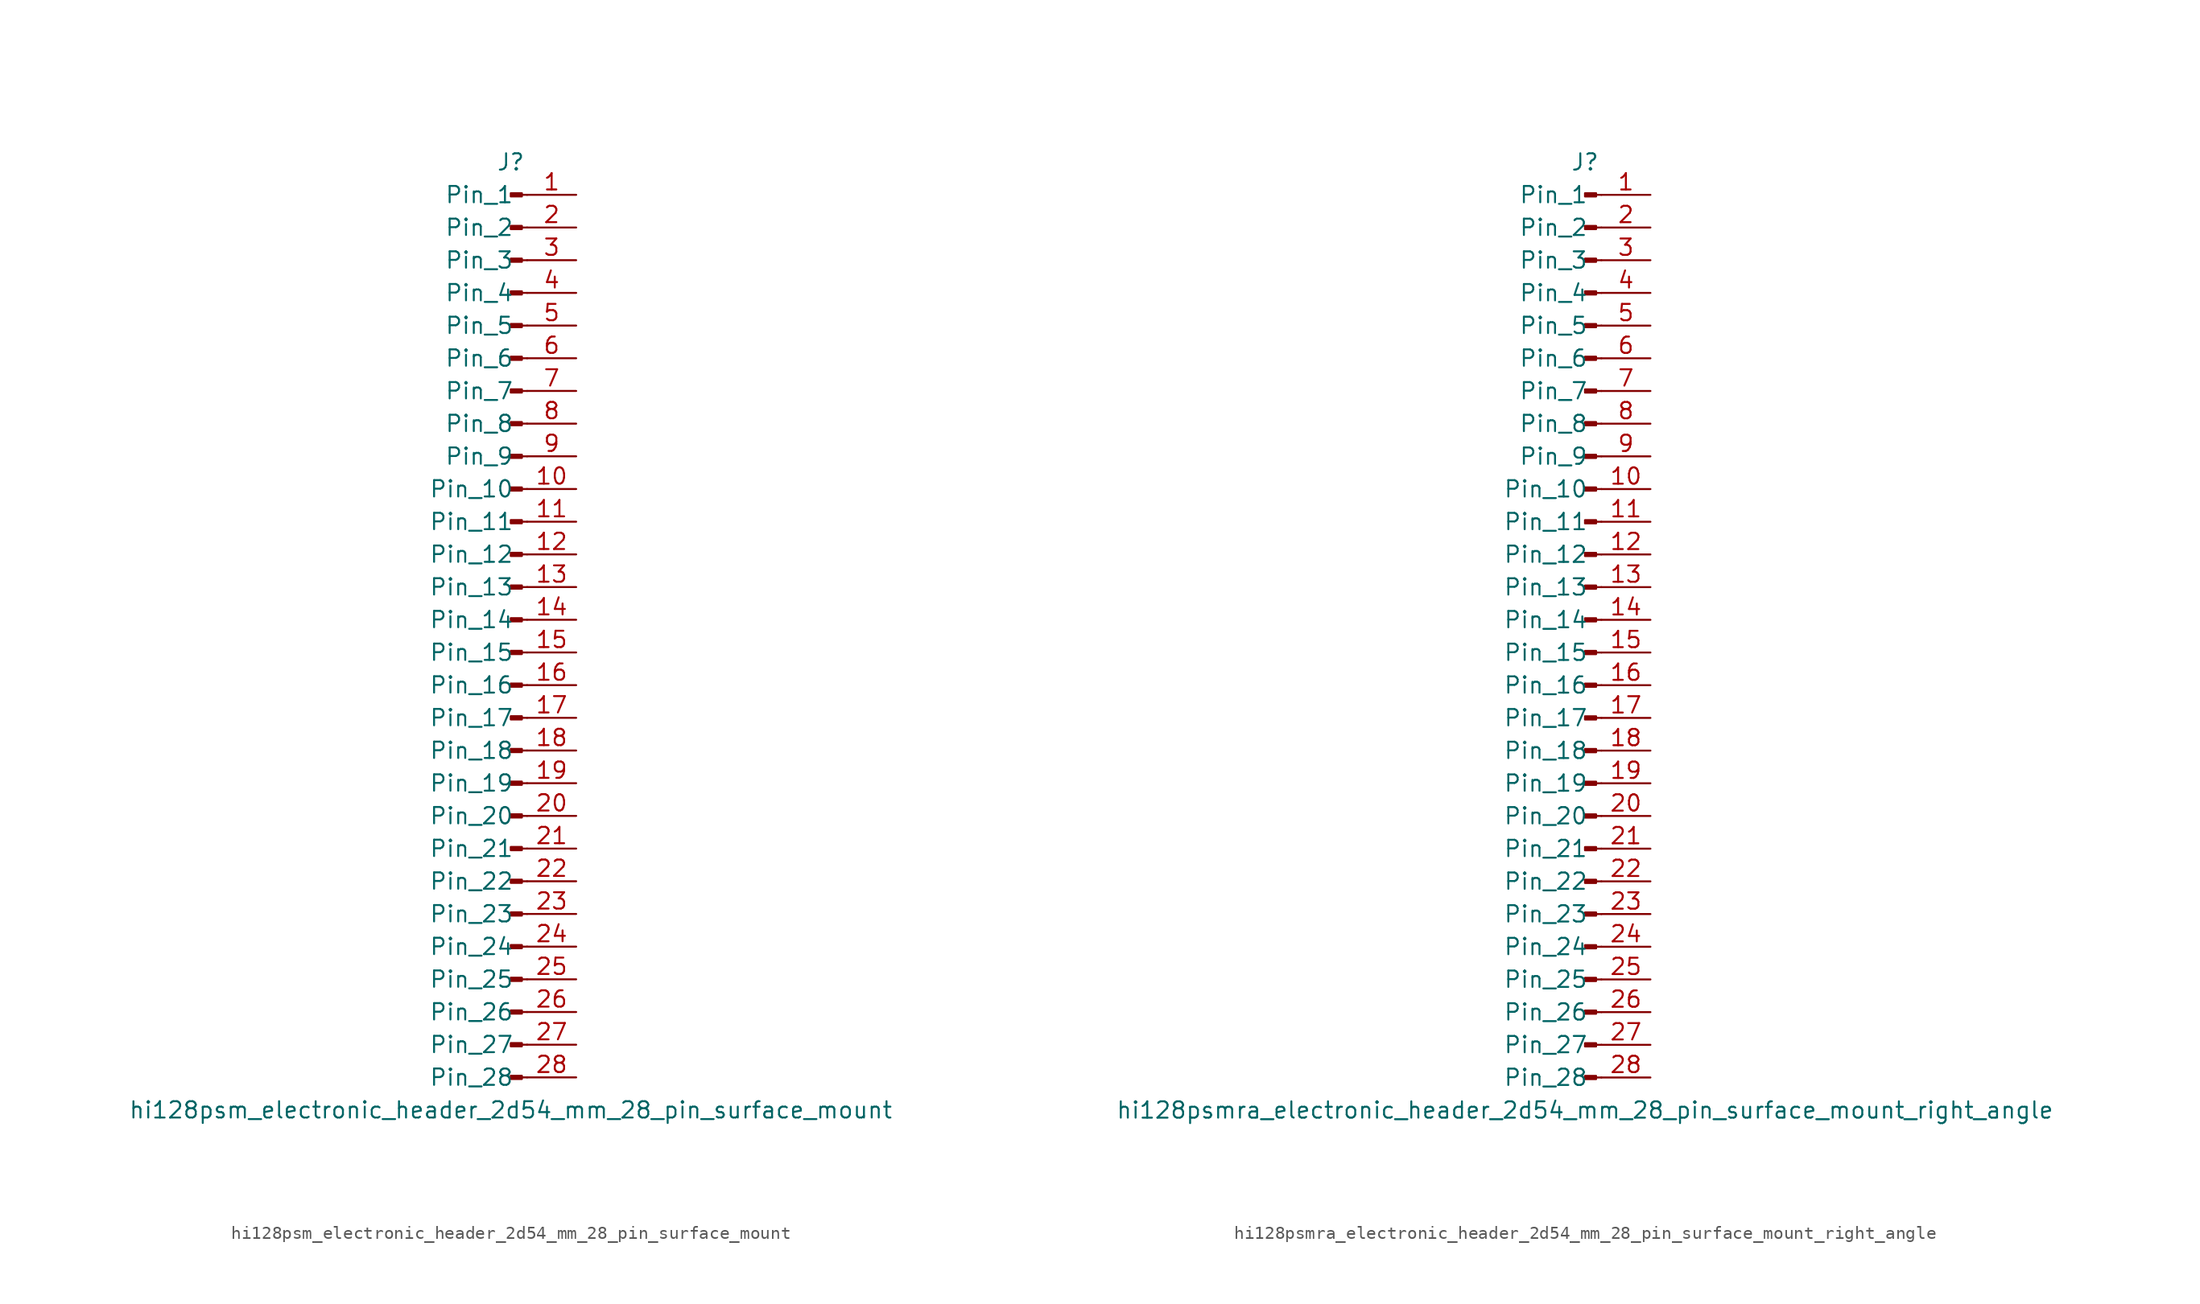
<source format=kicad_sym>
(kicad_symbol_lib
  (version 20220914)
  (generator kicad_symbol_editor)
  (symbol "hi128psm_electronic_header_2d54_mm_28_pin_surface_mount"
    (pin_names
      (offset 1.016))
    (property "Reference" "J"
      (at 0 35.56 0)
      (effects (font (size 1.27 1.27))))
    (property "Value" "hi128psm_electronic_header_2d54_mm_28_pin_surface_mount"
      (at 0 -38.1 0)
      (effects (font (size 1.27 1.27))))
    (property "ki_locked" ""
      (at 0 0 0)
      (effects (font (size 1.27 1.27))))
    (symbol "hi128psm_electronic_header_2d54_mm_28_pin_surface_mount_1_1"
      (polyline (pts (xy 1.27 -35.56) (xy 0.864 -35.56)) (stroke (width 0.152) (type default)) (fill (type none)))
      (polyline (pts (xy 1.27 -33.02) (xy 0.864 -33.02)) (stroke (width 0.152) (type default)) (fill (type none)))
      (polyline (pts (xy 1.27 -30.48) (xy 0.864 -30.48)) (stroke (width 0.152) (type default)) (fill (type none)))
      (polyline (pts (xy 1.27 -27.94) (xy 0.864 -27.94)) (stroke (width 0.152) (type default)) (fill (type none)))
      (polyline (pts (xy 1.27 -25.4) (xy 0.864 -25.4)) (stroke (width 0.152) (type default)) (fill (type none)))
      (polyline (pts (xy 1.27 -22.86) (xy 0.864 -22.86)) (stroke (width 0.152) (type default)) (fill (type none)))
      (polyline (pts (xy 1.27 -20.32) (xy 0.864 -20.32)) (stroke (width 0.152) (type default)) (fill (type none)))
      (polyline (pts (xy 1.27 -17.78) (xy 0.864 -17.78)) (stroke (width 0.152) (type default)) (fill (type none)))
      (polyline (pts (xy 1.27 -15.24) (xy 0.864 -15.24)) (stroke (width 0.152) (type default)) (fill (type none)))
      (polyline (pts (xy 1.27 -12.7) (xy 0.864 -12.7)) (stroke (width 0.152) (type default)) (fill (type none)))
      (polyline (pts (xy 1.27 -10.16) (xy 0.864 -10.16)) (stroke (width 0.152) (type default)) (fill (type none)))
      (polyline (pts (xy 1.27 -7.62) (xy 0.864 -7.62)) (stroke (width 0.152) (type default)) (fill (type none)))
      (polyline (pts (xy 1.27 -5.08) (xy 0.864 -5.08)) (stroke (width 0.152) (type default)) (fill (type none)))
      (polyline (pts (xy 1.27 -2.54) (xy 0.864 -2.54)) (stroke (width 0.152) (type default)) (fill (type none)))
      (polyline (pts (xy 1.27 0) (xy 0.864 0)) (stroke (width 0.152) (type default)) (fill (type none)))
      (polyline (pts (xy 1.27 2.54) (xy 0.864 2.54)) (stroke (width 0.152) (type default)) (fill (type none)))
      (polyline (pts (xy 1.27 5.08) (xy 0.864 5.08)) (stroke (width 0.152) (type default)) (fill (type none)))
      (polyline (pts (xy 1.27 7.62) (xy 0.864 7.62)) (stroke (width 0.152) (type default)) (fill (type none)))
      (polyline (pts (xy 1.27 10.16) (xy 0.864 10.16)) (stroke (width 0.152) (type default)) (fill (type none)))
      (polyline (pts (xy 1.27 12.7) (xy 0.864 12.7)) (stroke (width 0.152) (type default)) (fill (type none)))
      (polyline (pts (xy 1.27 15.24) (xy 0.864 15.24)) (stroke (width 0.152) (type default)) (fill (type none)))
      (polyline (pts (xy 1.27 17.78) (xy 0.864 17.78)) (stroke (width 0.152) (type default)) (fill (type none)))
      (polyline (pts (xy 1.27 20.32) (xy 0.864 20.32)) (stroke (width 0.152) (type default)) (fill (type none)))
      (polyline (pts (xy 1.27 22.86) (xy 0.864 22.86)) (stroke (width 0.152) (type default)) (fill (type none)))
      (polyline (pts (xy 1.27 25.4) (xy 0.864 25.4)) (stroke (width 0.152) (type default)) (fill (type none)))
      (polyline (pts (xy 1.27 27.94) (xy 0.864 27.94)) (stroke (width 0.152) (type default)) (fill (type none)))
      (polyline (pts (xy 1.27 30.48) (xy 0.864 30.48)) (stroke (width 0.152) (type default)) (fill (type none)))
      (polyline (pts (xy 1.27 33.02) (xy 0.864 33.02)) (stroke (width 0.152) (type default)) (fill (type none)))
      (rectangle (start 0.864 -35.433) (end 0 -35.687) (stroke (width 0.152) (type default)) (fill (type outline)))
      (rectangle (start 0.864 -32.893) (end 0 -33.147) (stroke (width 0.152) (type default)) (fill (type outline)))
      (rectangle (start 0.864 -30.353) (end 0 -30.607) (stroke (width 0.152) (type default)) (fill (type outline)))
      (rectangle (start 0.864 -27.813) (end 0 -28.067) (stroke (width 0.152) (type default)) (fill (type outline)))
      (rectangle (start 0.864 -25.273) (end 0 -25.527) (stroke (width 0.152) (type default)) (fill (type outline)))
      (rectangle (start 0.864 -22.733) (end 0 -22.987) (stroke (width 0.152) (type default)) (fill (type outline)))
      (rectangle (start 0.864 -20.193) (end 0 -20.447) (stroke (width 0.152) (type default)) (fill (type outline)))
      (rectangle (start 0.864 -17.653) (end 0 -17.907) (stroke (width 0.152) (type default)) (fill (type outline)))
      (rectangle (start 0.864 -15.113) (end 0 -15.367) (stroke (width 0.152) (type default)) (fill (type outline)))
      (rectangle (start 0.864 -12.573) (end 0 -12.827) (stroke (width 0.152) (type default)) (fill (type outline)))
      (rectangle (start 0.864 -10.033) (end 0 -10.287) (stroke (width 0.152) (type default)) (fill (type outline)))
      (rectangle (start 0.864 -7.493) (end 0 -7.747) (stroke (width 0.152) (type default)) (fill (type outline)))
      (rectangle (start 0.864 -4.953) (end 0 -5.207) (stroke (width 0.152) (type default)) (fill (type outline)))
      (rectangle (start 0.864 -2.413) (end 0 -2.667) (stroke (width 0.152) (type default)) (fill (type outline)))
      (rectangle (start 0.864 0.127) (end 0 -0.127) (stroke (width 0.152) (type default)) (fill (type outline)))
      (rectangle (start 0.864 2.667) (end 0 2.413) (stroke (width 0.152) (type default)) (fill (type outline)))
      (rectangle (start 0.864 5.207) (end 0 4.953) (stroke (width 0.152) (type default)) (fill (type outline)))
      (rectangle (start 0.864 7.747) (end 0 7.493) (stroke (width 0.152) (type default)) (fill (type outline)))
      (rectangle (start 0.864 10.287) (end 0 10.033) (stroke (width 0.152) (type default)) (fill (type outline)))
      (rectangle (start 0.864 12.827) (end 0 12.573) (stroke (width 0.152) (type default)) (fill (type outline)))
      (rectangle (start 0.864 15.367) (end 0 15.113) (stroke (width 0.152) (type default)) (fill (type outline)))
      (rectangle (start 0.864 17.907) (end 0 17.653) (stroke (width 0.152) (type default)) (fill (type outline)))
      (rectangle (start 0.864 20.447) (end 0 20.193) (stroke (width 0.152) (type default)) (fill (type outline)))
      (rectangle (start 0.864 22.987) (end 0 22.733) (stroke (width 0.152) (type default)) (fill (type outline)))
      (rectangle (start 0.864 25.527) (end 0 25.273) (stroke (width 0.152) (type default)) (fill (type outline)))
      (rectangle (start 0.864 28.067) (end 0 27.813) (stroke (width 0.152) (type default)) (fill (type outline)))
      (rectangle (start 0.864 30.607) (end 0 30.353) (stroke (width 0.152) (type default)) (fill (type outline)))
      (rectangle (start 0.864 33.147) (end 0 32.893) (stroke (width 0.152) (type default)) (fill (type outline)))
      (pin passive line (at 5.08 33.02 180) (length 3.81) (name "Pin_1" (effects (font (size 1.27 1.27)))) (number "1" (effects (font (size 1.27 1.27)))))
      (pin passive line (at 5.08 10.16 180) (length 3.81) (name "Pin_10" (effects (font (size 1.27 1.27)))) (number "10" (effects (font (size 1.27 1.27)))))
      (pin passive line (at 5.08 7.62 180) (length 3.81) (name "Pin_11" (effects (font (size 1.27 1.27)))) (number "11" (effects (font (size 1.27 1.27)))))
      (pin passive line (at 5.08 5.08 180) (length 3.81) (name "Pin_12" (effects (font (size 1.27 1.27)))) (number "12" (effects (font (size 1.27 1.27)))))
      (pin passive line (at 5.08 2.54 180) (length 3.81) (name "Pin_13" (effects (font (size 1.27 1.27)))) (number "13" (effects (font (size 1.27 1.27)))))
      (pin passive line (at 5.08 0 180) (length 3.81) (name "Pin_14" (effects (font (size 1.27 1.27)))) (number "14" (effects (font (size 1.27 1.27)))))
      (pin passive line (at 5.08 -2.54 180) (length 3.81) (name "Pin_15" (effects (font (size 1.27 1.27)))) (number "15" (effects (font (size 1.27 1.27)))))
      (pin passive line (at 5.08 -5.08 180) (length 3.81) (name "Pin_16" (effects (font (size 1.27 1.27)))) (number "16" (effects (font (size 1.27 1.27)))))
      (pin passive line (at 5.08 -7.62 180) (length 3.81) (name "Pin_17" (effects (font (size 1.27 1.27)))) (number "17" (effects (font (size 1.27 1.27)))))
      (pin passive line (at 5.08 -10.16 180) (length 3.81) (name "Pin_18" (effects (font (size 1.27 1.27)))) (number "18" (effects (font (size 1.27 1.27)))))
      (pin passive line (at 5.08 -12.7 180) (length 3.81) (name "Pin_19" (effects (font (size 1.27 1.27)))) (number "19" (effects (font (size 1.27 1.27)))))
      (pin passive line (at 5.08 30.48 180) (length 3.81) (name "Pin_2" (effects (font (size 1.27 1.27)))) (number "2" (effects (font (size 1.27 1.27)))))
      (pin passive line (at 5.08 -15.24 180) (length 3.81) (name "Pin_20" (effects (font (size 1.27 1.27)))) (number "20" (effects (font (size 1.27 1.27)))))
      (pin passive line (at 5.08 -17.78 180) (length 3.81) (name "Pin_21" (effects (font (size 1.27 1.27)))) (number "21" (effects (font (size 1.27 1.27)))))
      (pin passive line (at 5.08 -20.32 180) (length 3.81) (name "Pin_22" (effects (font (size 1.27 1.27)))) (number "22" (effects (font (size 1.27 1.27)))))
      (pin passive line (at 5.08 -22.86 180) (length 3.81) (name "Pin_23" (effects (font (size 1.27 1.27)))) (number "23" (effects (font (size 1.27 1.27)))))
      (pin passive line (at 5.08 -25.4 180) (length 3.81) (name "Pin_24" (effects (font (size 1.27 1.27)))) (number "24" (effects (font (size 1.27 1.27)))))
      (pin passive line (at 5.08 -27.94 180) (length 3.81) (name "Pin_25" (effects (font (size 1.27 1.27)))) (number "25" (effects (font (size 1.27 1.27)))))
      (pin passive line (at 5.08 -30.48 180) (length 3.81) (name "Pin_26" (effects (font (size 1.27 1.27)))) (number "26" (effects (font (size 1.27 1.27)))))
      (pin passive line (at 5.08 -33.02 180) (length 3.81) (name "Pin_27" (effects (font (size 1.27 1.27)))) (number "27" (effects (font (size 1.27 1.27)))))
      (pin passive line (at 5.08 -35.56 180) (length 3.81) (name "Pin_28" (effects (font (size 1.27 1.27)))) (number "28" (effects (font (size 1.27 1.27)))))
      (pin passive line (at 5.08 27.94 180) (length 3.81) (name "Pin_3" (effects (font (size 1.27 1.27)))) (number "3" (effects (font (size 1.27 1.27)))))
      (pin passive line (at 5.08 25.4 180) (length 3.81) (name "Pin_4" (effects (font (size 1.27 1.27)))) (number "4" (effects (font (size 1.27 1.27)))))
      (pin passive line (at 5.08 22.86 180) (length 3.81) (name "Pin_5" (effects (font (size 1.27 1.27)))) (number "5" (effects (font (size 1.27 1.27)))))
      (pin passive line (at 5.08 20.32 180) (length 3.81) (name "Pin_6" (effects (font (size 1.27 1.27)))) (number "6" (effects (font (size 1.27 1.27)))))
      (pin passive line (at 5.08 17.78 180) (length 3.81) (name "Pin_7" (effects (font (size 1.27 1.27)))) (number "7" (effects (font (size 1.27 1.27)))))
      (pin passive line (at 5.08 15.24 180) (length 3.81) (name "Pin_8" (effects (font (size 1.27 1.27)))) (number "8" (effects (font (size 1.27 1.27)))))
      (pin passive line (at 5.08 12.7 180) (length 3.81) (name "Pin_9" (effects (font (size 1.27 1.27)))) (number "9" (effects (font (size 1.27 1.27)))))))
  (symbol "hi128psmra_electronic_header_2d54_mm_28_pin_surface_mount_right_angle"
    (pin_names
      (offset 1.016))
    (property "Reference" "J"
      (at 0 35.56 0)
      (effects (font (size 1.27 1.27))))
    (property "Value" "hi128psmra_electronic_header_2d54_mm_28_pin_surface_mount_right_angle"
      (at 0 -38.1 0)
      (effects (font (size 1.27 1.27))))
    (property "ki_locked" ""
      (at 0 0 0)
      (effects (font (size 1.27 1.27))))
    (symbol "hi128psmra_electronic_header_2d54_mm_28_pin_surface_mount_right_angle_1_1"
      (polyline (pts (xy 1.27 -35.56) (xy 0.864 -35.56)) (stroke (width 0.152) (type default)) (fill (type none)))
      (polyline (pts (xy 1.27 -33.02) (xy 0.864 -33.02)) (stroke (width 0.152) (type default)) (fill (type none)))
      (polyline (pts (xy 1.27 -30.48) (xy 0.864 -30.48)) (stroke (width 0.152) (type default)) (fill (type none)))
      (polyline (pts (xy 1.27 -27.94) (xy 0.864 -27.94)) (stroke (width 0.152) (type default)) (fill (type none)))
      (polyline (pts (xy 1.27 -25.4) (xy 0.864 -25.4)) (stroke (width 0.152) (type default)) (fill (type none)))
      (polyline (pts (xy 1.27 -22.86) (xy 0.864 -22.86)) (stroke (width 0.152) (type default)) (fill (type none)))
      (polyline (pts (xy 1.27 -20.32) (xy 0.864 -20.32)) (stroke (width 0.152) (type default)) (fill (type none)))
      (polyline (pts (xy 1.27 -17.78) (xy 0.864 -17.78)) (stroke (width 0.152) (type default)) (fill (type none)))
      (polyline (pts (xy 1.27 -15.24) (xy 0.864 -15.24)) (stroke (width 0.152) (type default)) (fill (type none)))
      (polyline (pts (xy 1.27 -12.7) (xy 0.864 -12.7)) (stroke (width 0.152) (type default)) (fill (type none)))
      (polyline (pts (xy 1.27 -10.16) (xy 0.864 -10.16)) (stroke (width 0.152) (type default)) (fill (type none)))
      (polyline (pts (xy 1.27 -7.62) (xy 0.864 -7.62)) (stroke (width 0.152) (type default)) (fill (type none)))
      (polyline (pts (xy 1.27 -5.08) (xy 0.864 -5.08)) (stroke (width 0.152) (type default)) (fill (type none)))
      (polyline (pts (xy 1.27 -2.54) (xy 0.864 -2.54)) (stroke (width 0.152) (type default)) (fill (type none)))
      (polyline (pts (xy 1.27 0) (xy 0.864 0)) (stroke (width 0.152) (type default)) (fill (type none)))
      (polyline (pts (xy 1.27 2.54) (xy 0.864 2.54)) (stroke (width 0.152) (type default)) (fill (type none)))
      (polyline (pts (xy 1.27 5.08) (xy 0.864 5.08)) (stroke (width 0.152) (type default)) (fill (type none)))
      (polyline (pts (xy 1.27 7.62) (xy 0.864 7.62)) (stroke (width 0.152) (type default)) (fill (type none)))
      (polyline (pts (xy 1.27 10.16) (xy 0.864 10.16)) (stroke (width 0.152) (type default)) (fill (type none)))
      (polyline (pts (xy 1.27 12.7) (xy 0.864 12.7)) (stroke (width 0.152) (type default)) (fill (type none)))
      (polyline (pts (xy 1.27 15.24) (xy 0.864 15.24)) (stroke (width 0.152) (type default)) (fill (type none)))
      (polyline (pts (xy 1.27 17.78) (xy 0.864 17.78)) (stroke (width 0.152) (type default)) (fill (type none)))
      (polyline (pts (xy 1.27 20.32) (xy 0.864 20.32)) (stroke (width 0.152) (type default)) (fill (type none)))
      (polyline (pts (xy 1.27 22.86) (xy 0.864 22.86)) (stroke (width 0.152) (type default)) (fill (type none)))
      (polyline (pts (xy 1.27 25.4) (xy 0.864 25.4)) (stroke (width 0.152) (type default)) (fill (type none)))
      (polyline (pts (xy 1.27 27.94) (xy 0.864 27.94)) (stroke (width 0.152) (type default)) (fill (type none)))
      (polyline (pts (xy 1.27 30.48) (xy 0.864 30.48)) (stroke (width 0.152) (type default)) (fill (type none)))
      (polyline (pts (xy 1.27 33.02) (xy 0.864 33.02)) (stroke (width 0.152) (type default)) (fill (type none)))
      (rectangle (start 0.864 -35.433) (end 0 -35.687) (stroke (width 0.152) (type default)) (fill (type outline)))
      (rectangle (start 0.864 -32.893) (end 0 -33.147) (stroke (width 0.152) (type default)) (fill (type outline)))
      (rectangle (start 0.864 -30.353) (end 0 -30.607) (stroke (width 0.152) (type default)) (fill (type outline)))
      (rectangle (start 0.864 -27.813) (end 0 -28.067) (stroke (width 0.152) (type default)) (fill (type outline)))
      (rectangle (start 0.864 -25.273) (end 0 -25.527) (stroke (width 0.152) (type default)) (fill (type outline)))
      (rectangle (start 0.864 -22.733) (end 0 -22.987) (stroke (width 0.152) (type default)) (fill (type outline)))
      (rectangle (start 0.864 -20.193) (end 0 -20.447) (stroke (width 0.152) (type default)) (fill (type outline)))
      (rectangle (start 0.864 -17.653) (end 0 -17.907) (stroke (width 0.152) (type default)) (fill (type outline)))
      (rectangle (start 0.864 -15.113) (end 0 -15.367) (stroke (width 0.152) (type default)) (fill (type outline)))
      (rectangle (start 0.864 -12.573) (end 0 -12.827) (stroke (width 0.152) (type default)) (fill (type outline)))
      (rectangle (start 0.864 -10.033) (end 0 -10.287) (stroke (width 0.152) (type default)) (fill (type outline)))
      (rectangle (start 0.864 -7.493) (end 0 -7.747) (stroke (width 0.152) (type default)) (fill (type outline)))
      (rectangle (start 0.864 -4.953) (end 0 -5.207) (stroke (width 0.152) (type default)) (fill (type outline)))
      (rectangle (start 0.864 -2.413) (end 0 -2.667) (stroke (width 0.152) (type default)) (fill (type outline)))
      (rectangle (start 0.864 0.127) (end 0 -0.127) (stroke (width 0.152) (type default)) (fill (type outline)))
      (rectangle (start 0.864 2.667) (end 0 2.413) (stroke (width 0.152) (type default)) (fill (type outline)))
      (rectangle (start 0.864 5.207) (end 0 4.953) (stroke (width 0.152) (type default)) (fill (type outline)))
      (rectangle (start 0.864 7.747) (end 0 7.493) (stroke (width 0.152) (type default)) (fill (type outline)))
      (rectangle (start 0.864 10.287) (end 0 10.033) (stroke (width 0.152) (type default)) (fill (type outline)))
      (rectangle (start 0.864 12.827) (end 0 12.573) (stroke (width 0.152) (type default)) (fill (type outline)))
      (rectangle (start 0.864 15.367) (end 0 15.113) (stroke (width 0.152) (type default)) (fill (type outline)))
      (rectangle (start 0.864 17.907) (end 0 17.653) (stroke (width 0.152) (type default)) (fill (type outline)))
      (rectangle (start 0.864 20.447) (end 0 20.193) (stroke (width 0.152) (type default)) (fill (type outline)))
      (rectangle (start 0.864 22.987) (end 0 22.733) (stroke (width 0.152) (type default)) (fill (type outline)))
      (rectangle (start 0.864 25.527) (end 0 25.273) (stroke (width 0.152) (type default)) (fill (type outline)))
      (rectangle (start 0.864 28.067) (end 0 27.813) (stroke (width 0.152) (type default)) (fill (type outline)))
      (rectangle (start 0.864 30.607) (end 0 30.353) (stroke (width 0.152) (type default)) (fill (type outline)))
      (rectangle (start 0.864 33.147) (end 0 32.893) (stroke (width 0.152) (type default)) (fill (type outline)))
      (pin passive line (at 5.08 33.02 180) (length 3.81) (name "Pin_1" (effects (font (size 1.27 1.27)))) (number "1" (effects (font (size 1.27 1.27)))))
      (pin passive line (at 5.08 10.16 180) (length 3.81) (name "Pin_10" (effects (font (size 1.27 1.27)))) (number "10" (effects (font (size 1.27 1.27)))))
      (pin passive line (at 5.08 7.62 180) (length 3.81) (name "Pin_11" (effects (font (size 1.27 1.27)))) (number "11" (effects (font (size 1.27 1.27)))))
      (pin passive line (at 5.08 5.08 180) (length 3.81) (name "Pin_12" (effects (font (size 1.27 1.27)))) (number "12" (effects (font (size 1.27 1.27)))))
      (pin passive line (at 5.08 2.54 180) (length 3.81) (name "Pin_13" (effects (font (size 1.27 1.27)))) (number "13" (effects (font (size 1.27 1.27)))))
      (pin passive line (at 5.08 0 180) (length 3.81) (name "Pin_14" (effects (font (size 1.27 1.27)))) (number "14" (effects (font (size 1.27 1.27)))))
      (pin passive line (at 5.08 -2.54 180) (length 3.81) (name "Pin_15" (effects (font (size 1.27 1.27)))) (number "15" (effects (font (size 1.27 1.27)))))
      (pin passive line (at 5.08 -5.08 180) (length 3.81) (name "Pin_16" (effects (font (size 1.27 1.27)))) (number "16" (effects (font (size 1.27 1.27)))))
      (pin passive line (at 5.08 -7.62 180) (length 3.81) (name "Pin_17" (effects (font (size 1.27 1.27)))) (number "17" (effects (font (size 1.27 1.27)))))
      (pin passive line (at 5.08 -10.16 180) (length 3.81) (name "Pin_18" (effects (font (size 1.27 1.27)))) (number "18" (effects (font (size 1.27 1.27)))))
      (pin passive line (at 5.08 -12.7 180) (length 3.81) (name "Pin_19" (effects (font (size 1.27 1.27)))) (number "19" (effects (font (size 1.27 1.27)))))
      (pin passive line (at 5.08 30.48 180) (length 3.81) (name "Pin_2" (effects (font (size 1.27 1.27)))) (number "2" (effects (font (size 1.27 1.27)))))
      (pin passive line (at 5.08 -15.24 180) (length 3.81) (name "Pin_20" (effects (font (size 1.27 1.27)))) (number "20" (effects (font (size 1.27 1.27)))))
      (pin passive line (at 5.08 -17.78 180) (length 3.81) (name "Pin_21" (effects (font (size 1.27 1.27)))) (number "21" (effects (font (size 1.27 1.27)))))
      (pin passive line (at 5.08 -20.32 180) (length 3.81) (name "Pin_22" (effects (font (size 1.27 1.27)))) (number "22" (effects (font (size 1.27 1.27)))))
      (pin passive line (at 5.08 -22.86 180) (length 3.81) (name "Pin_23" (effects (font (size 1.27 1.27)))) (number "23" (effects (font (size 1.27 1.27)))))
      (pin passive line (at 5.08 -25.4 180) (length 3.81) (name "Pin_24" (effects (font (size 1.27 1.27)))) (number "24" (effects (font (size 1.27 1.27)))))
      (pin passive line (at 5.08 -27.94 180) (length 3.81) (name "Pin_25" (effects (font (size 1.27 1.27)))) (number "25" (effects (font (size 1.27 1.27)))))
      (pin passive line (at 5.08 -30.48 180) (length 3.81) (name "Pin_26" (effects (font (size 1.27 1.27)))) (number "26" (effects (font (size 1.27 1.27)))))
      (pin passive line (at 5.08 -33.02 180) (length 3.81) (name "Pin_27" (effects (font (size 1.27 1.27)))) (number "27" (effects (font (size 1.27 1.27)))))
      (pin passive line (at 5.08 -35.56 180) (length 3.81) (name "Pin_28" (effects (font (size 1.27 1.27)))) (number "28" (effects (font (size 1.27 1.27)))))
      (pin passive line (at 5.08 27.94 180) (length 3.81) (name "Pin_3" (effects (font (size 1.27 1.27)))) (number "3" (effects (font (size 1.27 1.27)))))
      (pin passive line (at 5.08 25.4 180) (length 3.81) (name "Pin_4" (effects (font (size 1.27 1.27)))) (number "4" (effects (font (size 1.27 1.27)))))
      (pin passive line (at 5.08 22.86 180) (length 3.81) (name "Pin_5" (effects (font (size 1.27 1.27)))) (number "5" (effects (font (size 1.27 1.27)))))
      (pin passive line (at 5.08 20.32 180) (length 3.81) (name "Pin_6" (effects (font (size 1.27 1.27)))) (number "6" (effects (font (size 1.27 1.27)))))
      (pin passive line (at 5.08 17.78 180) (length 3.81) (name "Pin_7" (effects (font (size 1.27 1.27)))) (number "7" (effects (font (size 1.27 1.27)))))
      (pin passive line (at 5.08 15.24 180) (length 3.81) (name "Pin_8" (effects (font (size 1.27 1.27)))) (number "8" (effects (font (size 1.27 1.27)))))
      (pin passive line (at 5.08 12.7 180) (length 3.81) (name "Pin_9" (effects (font (size 1.27 1.27)))) (number "9" (effects (font (size 1.27 1.27))))))))
</source>
